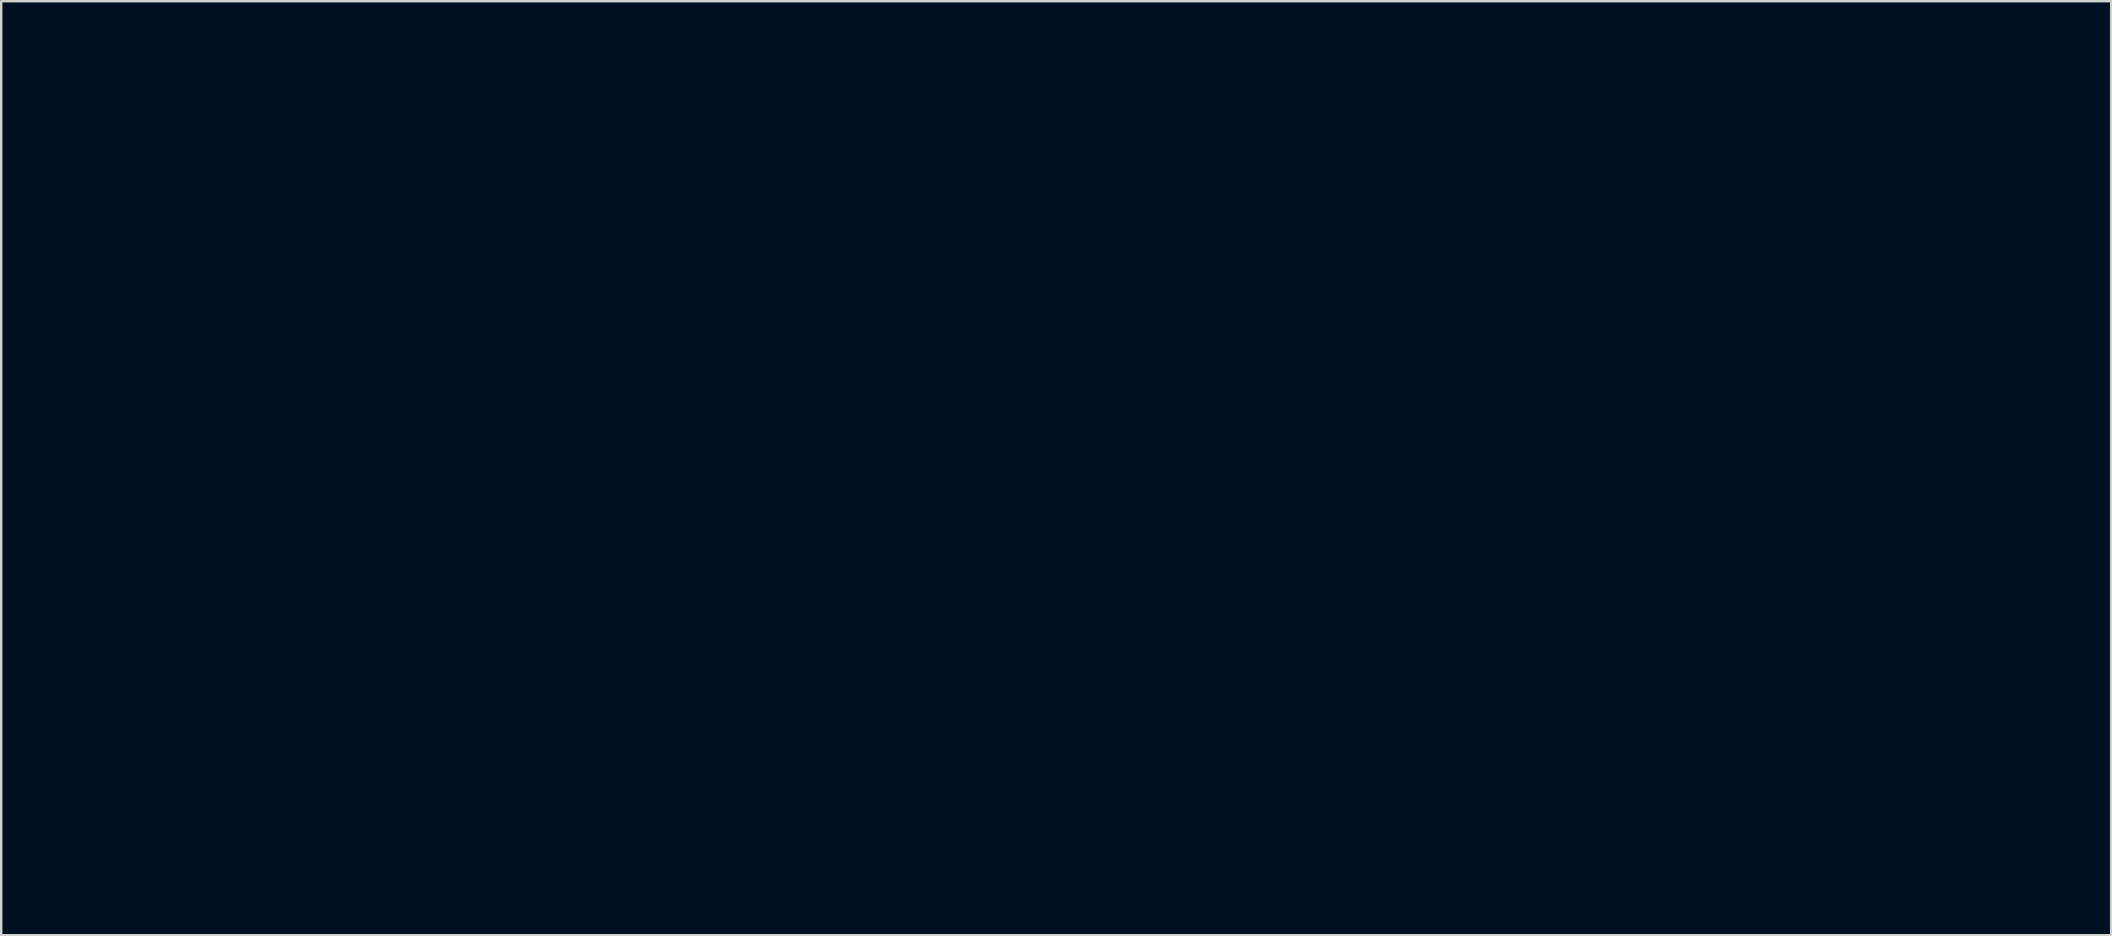
<source format=kicad_pcb>
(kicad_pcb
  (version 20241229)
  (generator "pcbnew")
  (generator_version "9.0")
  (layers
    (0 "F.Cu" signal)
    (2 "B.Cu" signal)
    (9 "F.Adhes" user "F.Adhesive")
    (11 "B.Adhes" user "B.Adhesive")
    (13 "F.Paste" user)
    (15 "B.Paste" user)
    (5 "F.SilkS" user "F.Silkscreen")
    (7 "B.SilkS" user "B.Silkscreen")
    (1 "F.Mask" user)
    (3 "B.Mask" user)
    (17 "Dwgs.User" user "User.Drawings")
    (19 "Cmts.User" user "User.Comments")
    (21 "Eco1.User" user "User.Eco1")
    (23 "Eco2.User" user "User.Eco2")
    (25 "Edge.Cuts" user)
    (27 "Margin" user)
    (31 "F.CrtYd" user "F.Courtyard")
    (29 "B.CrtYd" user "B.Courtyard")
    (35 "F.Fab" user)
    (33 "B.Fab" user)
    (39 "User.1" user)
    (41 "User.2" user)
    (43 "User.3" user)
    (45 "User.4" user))
  (footprint "triangleremovedtopfmask2"
    (layer "F.Cu")
    (at 40.924 3.324)
    (property "Reference" "triangleremovedtopfmask2" (at 0 0 0) (layer "F.Mask") (effects (font (size 1.524 1.524) (thickness 0.3))))
    (attr through_hole)
    (fp_poly (pts (xy -14.363 -3.311) (xy -13.994 -3.29) (xy -13.8 -3.26) (xy -13.785 -3.248) (xy -13.843 -3.104) (xy -13.989 -2.823) (xy -14.072 -2.675) (xy -14.323 -2.329) (xy -14.58 -2.201) (xy -14.877 -2.293) (xy -15.25 -2.607) (xy -15.39 -2.754) (xy -15.911 -3.319) (xy -14.848 -3.319) (xy -14.363 -3.311)) (stroke (width 0.01) (type solid)) (fill yes) (layer "F.Mask"))
    (fp_poly (pts (xy -27.842 10.306) (xy -27.583 10.566) (xy -27.23 10.955) (xy -26.815 11.439) (xy -26.37 11.98) (xy -26.058 12.373) (xy -25.74 12.768) (xy -25.449 13.11) (xy -25.255 13.316) (xy -25.114 13.495) (xy -25.077 13.705) (xy -25.157 13.987) (xy -25.368 14.383) (xy -25.721 14.935) (xy -25.761 14.995) (xy -26.285 15.745) (xy -26.706 16.275) (xy -27.037 16.596) (xy -27.285 16.719) (xy -27.314 16.721) (xy -27.524 16.647) (xy -27.862 16.455) (xy -28.259 16.183) (xy -28.29 16.16) (xy -28.783 15.776) (xy -29.303 15.35) (xy -29.657 15.044) (xy -30.276 14.487) (xy -29.357 12.782) (xy -29.019 12.148) (xy -28.711 11.559) (xy -28.461 11.068) (xy -28.295 10.727) (xy -28.258 10.644) (xy -28.115 10.361) (xy -27.993 10.216) (xy -27.975 10.211) (xy -27.842 10.306)) (stroke (width 0.01) (type solid)) (fill yes) (layer "F.Mask"))
    (fp_poly (pts (xy -32.194 16.913) (xy -31.859 17.092) (xy -31.401 17.359) (xy -30.863 17.688) (xy -30.727 17.774) (xy -30.167 18.127) (xy -29.668 18.441) (xy -29.278 18.684) (xy -29.046 18.827) (xy -29.023 18.842) (xy -28.886 18.94) (xy -28.854 19.062) (xy -28.931 19.282) (xy -29.056 19.544) (xy -29.31 19.981) (xy -29.642 20.45) (xy -29.8 20.645) (xy -30.248 21.044) (xy -30.7 21.194) (xy -31.185 21.103) (xy -31.399 20.998) (xy -31.659 20.874) (xy -32.086 20.694) (xy -32.605 20.489) (xy -32.85 20.396) (xy -33.347 20.199) (xy -33.746 20.018) (xy -33.99 19.88) (xy -34.038 19.832) (xy -34.021 19.652) (xy -33.926 19.305) (xy -33.771 18.859) (xy -33.736 18.766) (xy -33.482 18.206) (xy -33.182 17.684) (xy -32.87 17.251) (xy -32.583 16.956) (xy -32.359 16.848) (xy -32.194 16.913)) (stroke (width 0.01) (type solid)) (fill yes) (layer "F.Mask"))
    (fp_poly (pts (xy 26.706 9.081) (xy 26.918 9.351) (xy 27.23 9.777) (xy 27.601 10.302) (xy 27.993 10.869) (xy 28.023 10.913) (xy 28.395 11.461) (xy 28.732 11.954) (xy 28.998 12.342) (xy 29.16 12.574) (xy 29.173 12.592) (xy 29.255 12.727) (xy 29.259 12.853) (xy 29.156 13.012) (xy 28.918 13.243) (xy 28.516 13.589) (xy 28.439 13.655) (xy 27.773 14.194) (xy 27.115 14.687) (xy 26.501 15.11) (xy 25.969 15.435) (xy 25.559 15.64) (xy 25.332 15.699) (xy 25.012 15.58) (xy 24.721 15.285) (xy 24.539 15.017) (xy 24.288 14.616) (xy 23.997 14.132) (xy 23.696 13.617) (xy 23.413 13.121) (xy 23.18 12.696) (xy 23.024 12.392) (xy 22.975 12.265) (xy 23.059 12.147) (xy 23.294 11.876) (xy 23.651 11.482) (xy 24.105 10.995) (xy 24.626 10.445) (xy 24.658 10.411) (xy 26.342 8.652) (xy 26.706 9.081)) (stroke (width 0.01) (type solid)) (fill yes) (layer "F.Mask"))
    (fp_poly (pts (xy 31.604 15.386) (xy 31.815 15.605) (xy 32.103 15.995) (xy 32.484 16.574) (xy 32.914 17.265) (xy 33.254 17.886) (xy 33.415 18.361) (xy 33.401 18.727) (xy 33.215 19.018) (xy 33.069 19.138) (xy 32.802 19.302) (xy 32.379 19.533) (xy 31.847 19.808) (xy 31.255 20.103) (xy 30.651 20.394) (xy 30.085 20.659) (xy 29.605 20.874) (xy 29.258 21.015) (xy 29.102 21.059) (xy 28.885 20.983) (xy 28.583 20.797) (xy 28.495 20.73) (xy 28.282 20.494) (xy 28.017 20.105) (xy 27.737 19.632) (xy 27.48 19.146) (xy 27.285 18.714) (xy 27.191 18.406) (xy 27.187 18.36) (xy 27.287 18.24) (xy 27.548 18.033) (xy 27.911 17.786) (xy 28.303 17.522) (xy 28.827 17.152) (xy 29.411 16.726) (xy 29.955 16.32) (xy 30.464 15.943) (xy 30.912 15.631) (xy 31.254 15.413) (xy 31.446 15.318) (xy 31.458 15.317) (xy 31.604 15.386)) (stroke (width 0.01) (type solid)) (fill yes) (layer "F.Mask"))
    (fp_poly (pts (xy -16.622 -2.968) (xy -16.999 -2.682) (xy -17.449 -2.354) (xy -17.661 -2.204) (xy -18.017 -1.929) (xy -18.197 -1.699) (xy -18.252 -1.445) (xy -18.252 -1.407) (xy -18.218 -1.137) (xy -18.137 -1.021) (xy -18.134 -1.021) (xy -17.926 -0.921) (xy -17.667 -0.675) (xy -17.423 -0.362) (xy -17.261 -0.063) (xy -17.231 0.074) (xy -17.276 0.309) (xy -17.359 0.383) (xy -17.463 0.49) (xy -17.486 0.633) (xy -17.562 0.907) (xy -17.646 1.012) (xy -17.85 1.183) (xy -18.127 1.42) (xy -18.145 1.436) (xy -18.491 1.726) (xy -18.863 2.021) (xy -18.879 2.034) (xy -19.134 2.27) (xy -19.267 2.474) (xy -19.273 2.508) (xy -19.357 2.665) (xy -19.415 2.68) (xy -19.505 2.79) (xy -19.505 3.041) (xy -19.499 3.192) (xy -19.55 3.339) (xy -19.686 3.512) (xy -19.936 3.741) (xy -20.331 4.056) (xy -20.899 4.486) (xy -20.998 4.56) (xy -21.653 5.043) (xy -22.347 5.541) (xy -23.004 5.999) (xy -23.547 6.365) (xy -23.624 6.415) (xy -24.273 6.87) (xy -24.705 7.267) (xy -24.945 7.632) (xy -25.017 7.983) (xy -25.068 8.156) (xy -25.209 8.108) (xy -25.424 7.849) (xy -25.584 7.596) (xy -25.919 7.024) (xy -24.926 5.48) (xy -24.606 4.986) (xy -24.171 4.32) (xy -23.647 3.522) (xy -23.062 2.633) (xy -22.441 1.692) (xy -21.811 0.74) (xy -21.525 0.309) (xy -19.118 -3.319) (xy -16.175 -3.319) (xy -16.622 -2.968)) (stroke (width 0.01) (type solid)) (fill yes) (layer "F.Mask"))
    (fp_poly (pts (xy 18.061 -3.309) (xy 19.273 -1.565) (xy 19.772 -0.858) (xy 20.31 -0.113) (xy 20.834 0.598) (xy 21.289 1.198) (xy 21.421 1.368) (xy 21.857 1.94) (xy 22.301 2.557) (xy 22.728 3.179) (xy 23.112 3.765) (xy 23.426 4.275) (xy 23.644 4.667) (xy 23.739 4.903) (xy 23.741 4.924) (xy 23.833 5.111) (xy 24.055 5.334) (xy 24.06 5.338) (xy 24.282 5.537) (xy 24.379 5.672) (xy 24.379 5.675) (xy 24.302 5.867) (xy 24.093 6.207) (xy 23.781 6.657) (xy 23.398 7.176) (xy 22.975 7.727) (xy 22.542 8.269) (xy 22.13 8.764) (xy 21.77 9.172) (xy 21.493 9.455) (xy 21.329 9.572) (xy 21.319 9.573) (xy 21.18 9.489) (xy 20.963 9.286) (xy 20.955 9.277) (xy 20.726 8.95) (xy 20.725 8.667) (xy 20.962 8.391) (xy 21.182 8.236) (xy 21.669 7.875) (xy 21.908 7.546) (xy 21.899 7.227) (xy 21.642 6.892) (xy 21.22 6.572) (xy 20.701 6.216) (xy 20.102 5.782) (xy 19.453 5.295) (xy 18.788 4.781) (xy 18.138 4.265) (xy 17.533 3.772) (xy 17.007 3.329) (xy 16.589 2.961) (xy 16.313 2.692) (xy 16.21 2.549) (xy 16.21 2.546) (xy 16.145 2.155) (xy 15.933 1.956) (xy 15.657 1.915) (xy 15.423 1.878) (xy 15.168 1.746) (xy 14.844 1.486) (xy 14.403 1.065) (xy 14.402 1.064) (xy 13.545 0.213) (xy 14.431 -0.488) (xy 14.828 -0.821) (xy 15.133 -1.114) (xy 15.299 -1.319) (xy 15.317 -1.369) (xy 15.232 -1.702) (xy 14.966 -2.121) (xy 14.504 -2.651) (xy 14.445 -2.712) (xy 13.858 -3.319) (xy 18.061 -3.309)) (stroke (width 0.01) (type solid)) (fill yes) (layer "F.Mask"))
    (fp_poly (pts (xy 37.106 23.457) (xy 37.288 23.695) (xy 37.573 24.088) (xy 37.938 24.602) (xy 38.358 25.203) (xy 38.812 25.857) (xy 39.276 26.531) (xy 39.726 27.191) (xy 40.14 27.802) (xy 40.495 28.332) (xy 40.766 28.746) (xy 40.931 29.011) (xy 40.972 29.091) (xy 40.87 29.226) (xy 40.77 29.279) (xy 40.589 29.299) (xy 40.179 29.315) (xy 39.569 29.326) (xy 38.785 29.332) (xy 37.855 29.334) (xy 36.806 29.333) (xy 35.664 29.327) (xy 34.457 29.317) (xy 33.213 29.304) (xy 31.958 29.287) (xy 30.72 29.266) (xy 29.526 29.243) (xy 28.655 29.222) (xy 27.803 29.204) (xy 26.74 29.186) (xy 25.51 29.169) (xy 24.159 29.154) (xy 22.73 29.141) (xy 21.267 29.13) (xy 19.816 29.122) (xy 18.737 29.118) (xy 12.265 29.102) (xy 12.19 28.623) (xy 12.119 28.239) (xy 12.011 27.731) (xy 11.914 27.315) (xy 11.765 26.686) (xy 11.675 26.261) (xy 11.644 25.996) (xy 11.667 25.845) (xy 11.741 25.767) (xy 11.808 25.736) (xy 11.971 25.719) (xy 12.367 25.7) (xy 12.973 25.678) (xy 13.765 25.654) (xy 14.722 25.629) (xy 15.82 25.603) (xy 17.037 25.578) (xy 18.35 25.553) (xy 19.736 25.53) (xy 19.765 25.529) (xy 21.179 25.506) (xy 22.542 25.481) (xy 23.827 25.456) (xy 25.009 25.431) (xy 26.063 25.407) (xy 26.962 25.384) (xy 27.681 25.363) (xy 28.194 25.344) (xy 28.463 25.33) (xy 29.734 25.348) (xy 30.397 25.446) (xy 31.032 25.554) (xy 31.475 25.573) (xy 31.777 25.488) (xy 31.99 25.286) (xy 32.166 24.95) (xy 32.169 24.942) (xy 32.346 24.593) (xy 32.539 24.413) (xy 32.838 24.328) (xy 32.891 24.319) (xy 33.191 24.252) (xy 33.671 24.12) (xy 34.272 23.94) (xy 34.933 23.731) (xy 35.098 23.677) (xy 36.819 23.109) (xy 37.106 23.457)) (stroke (width 0.01) (type solid)) (fill yes) (layer "F.Mask"))
    (fp_poly (pts (xy -36.477 23.2) (xy -36.048 23.281) (xy -35.931 23.306) (xy -35.376 23.415) (xy -34.693 23.536) (xy -34.008 23.649) (xy -33.838 23.675) (xy -33.304 23.766) (xy -32.862 23.861) (xy -32.577 23.946) (xy -32.51 23.982) (xy -32.517 24.153) (xy -32.727 24.475) (xy -32.976 24.768) (xy -33.339 25.199) (xy -33.522 25.497) (xy -33.536 25.697) (xy -33.393 25.833) (xy -33.345 25.857) (xy -33.181 25.876) (xy -32.784 25.897) (xy -32.177 25.919) (xy -31.382 25.941) (xy -30.422 25.964) (xy -29.319 25.986) (xy -28.095 26.008) (xy -26.774 26.027) (xy -25.378 26.045) (xy -25.197 26.047) (xy -23.777 26.064) (xy -22.418 26.084) (xy -21.143 26.104) (xy -19.977 26.125) (xy -18.944 26.147) (xy -18.068 26.168) (xy -17.372 26.189) (xy -16.883 26.208) (xy -16.622 26.226) (xy -16.613 26.227) (xy -16.199 26.307) (xy -15.996 26.415) (xy -15.955 26.529) (xy -15.992 26.79) (xy -16.089 27.204) (xy -16.229 27.712) (xy -16.393 28.25) (xy -16.56 28.759) (xy -16.713 29.178) (xy -16.832 29.444) (xy -16.878 29.505) (xy -17.025 29.519) (xy -17.405 29.532) (xy -17.997 29.543) (xy -18.779 29.553) (xy -19.728 29.561) (xy -20.823 29.568) (xy -22.042 29.573) (xy -23.363 29.577) (xy -24.764 29.579) (xy -26.223 29.58) (xy -27.718 29.579) (xy -29.228 29.577) (xy -30.731 29.573) (xy -32.203 29.568) (xy -33.625 29.561) (xy -34.973 29.553) (xy -36.227 29.543) (xy -37.363 29.531) (xy -38.36 29.518) (xy -38.456 29.516) (xy -39.343 29.498) (xy -40.003 29.474) (xy -40.463 29.442) (xy -40.75 29.398) (xy -40.894 29.342) (xy -40.919 29.31) (xy -40.866 29.171) (xy -40.691 28.856) (xy -40.415 28.396) (xy -40.062 27.827) (xy -39.653 27.181) (xy -39.209 26.493) (xy -38.753 25.795) (xy -38.306 25.122) (xy -37.89 24.508) (xy -37.528 23.985) (xy -37.241 23.588) (xy -37.051 23.35) (xy -37.035 23.333) (xy -36.903 23.224) (xy -36.74 23.18) (xy -36.477 23.2)) (stroke (width 0.01) (type solid)) (fill yes) (layer "F.Mask")))
  (gr_rect
    (start -3 -3)
    (end 84.901 35.909)
    (stroke (width 0.1) (type default))
    (fill no)
    (layer "Edge.Cuts")))
</source>
